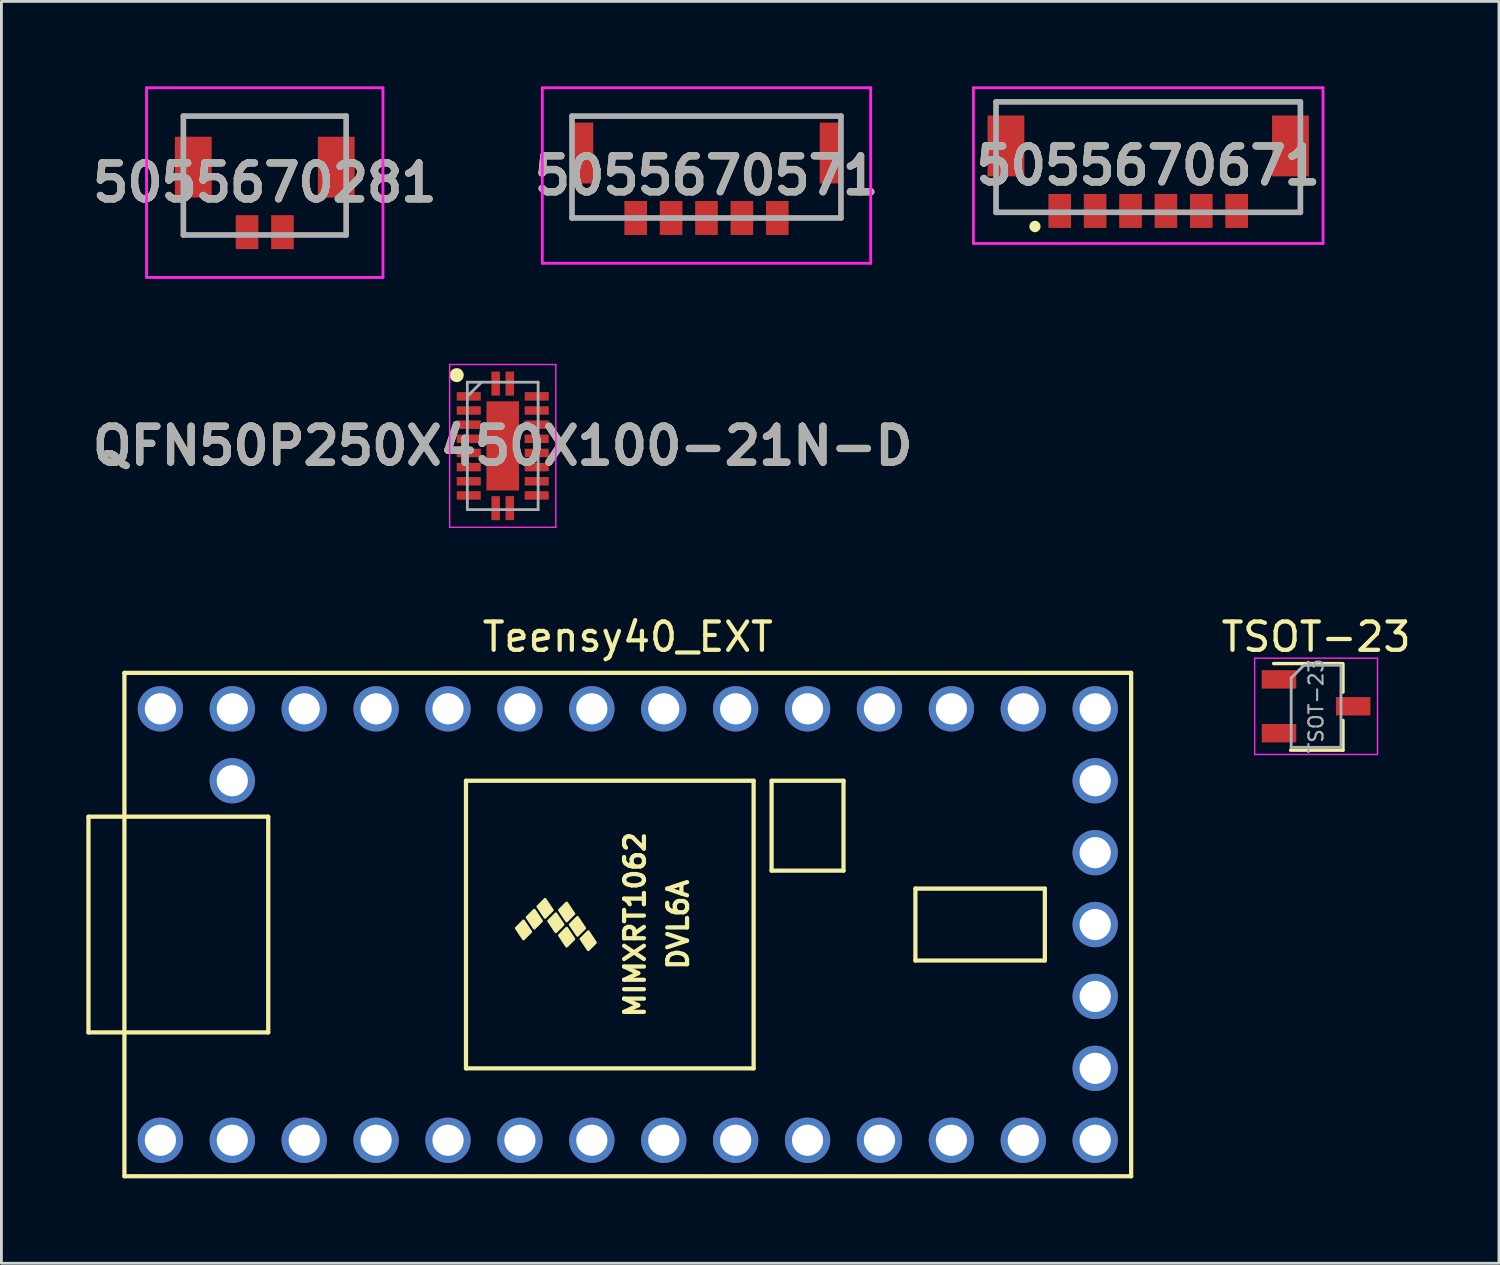
<source format=kicad_pcb>
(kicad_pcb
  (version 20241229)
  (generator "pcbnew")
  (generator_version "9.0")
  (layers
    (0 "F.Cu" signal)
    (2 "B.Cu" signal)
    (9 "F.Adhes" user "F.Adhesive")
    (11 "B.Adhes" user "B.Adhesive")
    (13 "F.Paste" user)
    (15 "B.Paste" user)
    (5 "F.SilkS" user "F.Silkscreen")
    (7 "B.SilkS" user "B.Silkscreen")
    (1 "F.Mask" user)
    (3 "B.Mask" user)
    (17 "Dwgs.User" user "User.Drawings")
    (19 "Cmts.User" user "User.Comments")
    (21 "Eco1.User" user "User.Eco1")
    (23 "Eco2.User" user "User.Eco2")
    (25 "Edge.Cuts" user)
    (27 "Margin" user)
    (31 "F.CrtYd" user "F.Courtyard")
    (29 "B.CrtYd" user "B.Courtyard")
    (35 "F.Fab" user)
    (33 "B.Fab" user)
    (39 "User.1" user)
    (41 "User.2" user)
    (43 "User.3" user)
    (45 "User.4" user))
  (footprint "Teensy40_EXT"
    (layer "F.Cu")
    (at 19.125 29.608)
    (property "Reference" "Teensy40_EXT" (at 0 -10.16 0) (layer "F.SilkS") (effects (font (size 1 1) (thickness 0.15))))
    (attr through_hole)
    (fp_line (start -19.05 -3.81) (end -17.78 -3.81) (stroke (width 0.15) (type solid)) (layer "F.SilkS"))
    (fp_line (start -19.05 3.81) (end -19.05 -3.81) (stroke (width 0.15) (type solid)) (layer "F.SilkS"))
    (fp_line (start -17.78 -8.89) (end 17.78 -8.89) (stroke (width 0.15) (type solid)) (layer "F.SilkS"))
    (fp_line (start -17.78 3.81) (end -19.05 3.81) (stroke (width 0.15) (type solid)) (layer "F.SilkS"))
    (fp_line (start -17.78 8.89) (end -17.78 -8.89) (stroke (width 0.15) (type solid)) (layer "F.SilkS"))
    (fp_line (start -12.7 -3.81) (end -17.78 -3.81) (stroke (width 0.15) (type solid)) (layer "F.SilkS"))
    (fp_line (start -12.7 3.81) (end -17.78 3.81) (stroke (width 0.15) (type solid)) (layer "F.SilkS"))
    (fp_line (start -12.7 3.81) (end -12.7 -3.81) (stroke (width 0.15) (type solid)) (layer "F.SilkS"))
    (fp_line (start -5.715 -5.08) (end -5.715 5.08) (stroke (width 0.15) (type solid)) (layer "F.SilkS"))
    (fp_line (start 4.445 -5.08) (end -5.715 -5.08) (stroke (width 0.15) (type solid)) (layer "F.SilkS"))
    (fp_line (start 4.445 5.08) (end -5.715 5.08) (stroke (width 0.15) (type solid)) (layer "F.SilkS"))
    (fp_line (start 4.445 5.08) (end 4.445 -5.08) (stroke (width 0.15) (type solid)) (layer "F.SilkS"))
    (fp_line (start 5.08 -5.08) (end 7.62 -5.08) (stroke (width 0.15) (type solid)) (layer "F.SilkS"))
    (fp_line (start 5.08 -1.905) (end 5.08 -5.08) (stroke (width 0.15) (type solid)) (layer "F.SilkS"))
    (fp_line (start 7.62 -5.08) (end 7.62 -1.905) (stroke (width 0.15) (type solid)) (layer "F.SilkS"))
    (fp_line (start 7.62 -1.905) (end 5.08 -1.905) (stroke (width 0.15) (type solid)) (layer "F.SilkS"))
    (fp_line (start 10.16 -1.27) (end 14.732 -1.27) (stroke (width 0.15) (type solid)) (layer "F.SilkS"))
    (fp_line (start 10.16 1.27) (end 10.16 -1.27) (stroke (width 0.15) (type solid)) (layer "F.SilkS"))
    (fp_line (start 14.732 -1.27) (end 14.732 1.27) (stroke (width 0.15) (type solid)) (layer "F.SilkS"))
    (fp_line (start 14.732 1.27) (end 10.16 1.27) (stroke (width 0.15) (type solid)) (layer "F.SilkS"))
    (fp_line (start 17.78 -8.89) (end 17.78 8.89) (stroke (width 0.15) (type solid)) (layer "F.SilkS"))
    (fp_line (start 17.78 8.89) (end -17.78 8.89) (stroke (width 0.15) (type solid)) (layer "F.SilkS"))
    (fp_poly (pts (xy -3.937 0.127) (xy -3.683 -0.127) (xy -3.429 0.254) (xy -3.683 0.508)) (stroke (width 0.1) (type solid)) (fill yes) (layer "F.SilkS"))
    (fp_poly (pts (xy -3.556 -0.254) (xy -3.302 -0.508) (xy -3.048 -0.127) (xy -3.302 0.127)) (stroke (width 0.1) (type solid)) (fill yes) (layer "F.SilkS"))
    (fp_poly (pts (xy -3.175 -0.635) (xy -2.921 -0.889) (xy -2.667 -0.508) (xy -2.921 -0.254)) (stroke (width 0.1) (type solid)) (fill yes) (layer "F.SilkS"))
    (fp_poly (pts (xy -2.794 -0.127) (xy -2.54 -0.381) (xy -2.286 0) (xy -2.54 0.254)) (stroke (width 0.1) (type solid)) (fill yes) (layer "F.SilkS"))
    (fp_poly (pts (xy -2.413 -0.508) (xy -2.159 -0.762) (xy -1.905 -0.381) (xy -2.159 -0.127)) (stroke (width 0.1) (type solid)) (fill yes) (layer "F.SilkS"))
    (fp_poly (pts (xy -2.413 0.381) (xy -2.159 0.127) (xy -1.905 0.508) (xy -2.159 0.762)) (stroke (width 0.1) (type solid)) (fill yes) (layer "F.SilkS"))
    (fp_poly (pts (xy -2.032 0) (xy -1.778 -0.254) (xy -1.524 0.127) (xy -1.778 0.381)) (stroke (width 0.1) (type solid)) (fill yes) (layer "F.SilkS"))
    (fp_poly (pts (xy -1.651 0.508) (xy -1.397 0.254) (xy -1.143 0.635) (xy -1.397 0.889)) (stroke (width 0.1) (type solid)) (fill yes) (layer "F.SilkS"))
    (fp_text user "MIMXRT1062" (at 0.254 0 90) (layer "F.SilkS") (effects (font (size 0.7 0.7) (thickness 0.15))))
    (fp_text user "DVL6A" (at 1.778 0 90) (layer "F.SilkS") (effects (font (size 0.7 0.7) (thickness 0.15))))
    (pad "1" thru_hole circle (at -16.51 7.62) (size 1.6 1.6) (drill 1.1) (layers "*.Cu" "*.Mask"))
    (pad "2" thru_hole circle (at -13.97 7.62) (size 1.6 1.6) (drill 1.1) (layers "*.Cu" "*.Mask"))
    (pad "3" thru_hole circle (at -11.43 7.62) (size 1.6 1.6) (drill 1.1) (layers "*.Cu" "*.Mask"))
    (pad "4" thru_hole circle (at -8.89 7.62) (size 1.6 1.6) (drill 1.1) (layers "*.Cu" "*.Mask"))
    (pad "5" thru_hole circle (at -6.35 7.62) (size 1.6 1.6) (drill 1.1) (layers "*.Cu" "*.Mask"))
    (pad "6" thru_hole circle (at -3.81 7.62) (size 1.6 1.6) (drill 1.1) (layers "*.Cu" "*.Mask"))
    (pad "7" thru_hole circle (at -1.27 7.62) (size 1.6 1.6) (drill 1.1) (layers "*.Cu" "*.Mask"))
    (pad "8" thru_hole circle (at 1.27 7.62) (size 1.6 1.6) (drill 1.1) (layers "*.Cu" "*.Mask"))
    (pad "9" thru_hole circle (at 3.81 7.62) (size 1.6 1.6) (drill 1.1) (layers "*.Cu" "*.Mask"))
    (pad "10" thru_hole circle (at 6.35 7.62) (size 1.6 1.6) (drill 1.1) (layers "*.Cu" "*.Mask"))
    (pad "11" thru_hole circle (at 8.89 7.62) (size 1.6 1.6) (drill 1.1) (layers "*.Cu" "*.Mask"))
    (pad "12" thru_hole circle (at 11.43 7.62) (size 1.6 1.6) (drill 1.1) (layers "*.Cu" "*.Mask"))
    (pad "13" thru_hole circle (at 13.97 7.62) (size 1.6 1.6) (drill 1.1) (layers "*.Cu" "*.Mask"))
    (pad "14" thru_hole circle (at 16.51 7.62) (size 1.6 1.6) (drill 1.1) (layers "*.Cu" "*.Mask"))
    (pad "15" thru_hole circle (at 16.51 5.08) (size 1.6 1.6) (drill 1.1) (layers "*.Cu" "*.Mask"))
    (pad "16" thru_hole circle (at 16.51 2.54) (size 1.6 1.6) (drill 1.1) (layers "*.Cu" "*.Mask"))
    (pad "17" thru_hole circle (at 16.51 0) (size 1.6 1.6) (drill 1.1) (layers "*.Cu" "*.Mask"))
    (pad "18" thru_hole circle (at 16.51 -2.54) (size 1.6 1.6) (drill 1.1) (layers "*.Cu" "*.Mask"))
    (pad "19" thru_hole circle (at 16.51 -5.08) (size 1.6 1.6) (drill 1.1) (layers "*.Cu" "*.Mask"))
    (pad "20" thru_hole circle (at 16.51 -7.62) (size 1.6 1.6) (drill 1.1) (layers "*.Cu" "*.Mask"))
    (pad "21" thru_hole circle (at 13.97 -7.62) (size 1.6 1.6) (drill 1.1) (layers "*.Cu" "*.Mask"))
    (pad "22" thru_hole circle (at 11.43 -7.62) (size 1.6 1.6) (drill 1.1) (layers "*.Cu" "*.Mask"))
    (pad "23" thru_hole circle (at 8.89 -7.62) (size 1.6 1.6) (drill 1.1) (layers "*.Cu" "*.Mask"))
    (pad "24" thru_hole circle (at 6.35 -7.62) (size 1.6 1.6) (drill 1.1) (layers "*.Cu" "*.Mask"))
    (pad "25" thru_hole circle (at 3.81 -7.62) (size 1.6 1.6) (drill 1.1) (layers "*.Cu" "*.Mask"))
    (pad "26" thru_hole circle (at 1.27 -7.62) (size 1.6 1.6) (drill 1.1) (layers "*.Cu" "*.Mask"))
    (pad "27" thru_hole circle (at -1.27 -7.62) (size 1.6 1.6) (drill 1.1) (layers "*.Cu" "*.Mask"))
    (pad "28" thru_hole circle (at -3.81 -7.62) (size 1.6 1.6) (drill 1.1) (layers "*.Cu" "*.Mask"))
    (pad "29" thru_hole circle (at -6.35 -7.62) (size 1.6 1.6) (drill 1.1) (layers "*.Cu" "*.Mask"))
    (pad "30" thru_hole circle (at -8.89 -7.62) (size 1.6 1.6) (drill 1.1) (layers "*.Cu" "*.Mask"))
    (pad "31" thru_hole circle (at -11.43 -7.62) (size 1.6 1.6) (drill 1.1) (layers "*.Cu" "*.Mask"))
    (pad "32" thru_hole circle (at -13.97 -7.62) (size 1.6 1.6) (drill 1.1) (layers "*.Cu" "*.Mask"))
    (pad "33" thru_hole circle (at -16.51 -7.62) (size 1.6 1.6) (drill 1.1) (layers "*.Cu" "*.Mask"))
    (pad "34" thru_hole circle (at -13.97 -5.08) (size 1.6 1.6) (drill 1.1) (layers "*.Cu" "*.Mask")))
  (footprint "5055670671"
    (layer "F.Cu")
    (at 37.508 2.8)
    (property "Reference" "5055670671" (at 0 0 0) (layer "F.SilkS") (effects (font (size 1.27 1.27) (thickness 0.254))))
    (attr smd)
    (fp_line (start -5.375 -2.25) (end 5.375 -2.25) (stroke (width 0.1) (type solid)) (layer "F.SilkS"))
    (fp_line (start -5.375 1.65) (end -5.375 0.75) (stroke (width 0.1) (type solid)) (layer "F.SilkS"))
    (fp_line (start -4 1.65) (end -5.375 1.65) (stroke (width 0.1) (type solid)) (layer "F.SilkS"))
    (fp_line (start -4 2.05) (end -4 2.05) (stroke (width 0.2) (type solid)) (layer "F.SilkS"))
    (fp_line (start -4 2.25) (end -4 2.25) (stroke (width 0.2) (type solid)) (layer "F.SilkS"))
    (fp_line (start 4 1.65) (end 5.375 1.65) (stroke (width 0.1) (type solid)) (layer "F.SilkS"))
    (fp_line (start 5.375 1.65) (end 5.375 0.75) (stroke (width 0.1) (type solid)) (layer "F.SilkS"))
    (fp_arc (start -4 2.05) (mid -3.9 2.15) (end -4 2.25) (stroke (width 0.2) (type solid)) (layer "F.SilkS"))
    (fp_arc (start -4 2.25) (mid -4.1 2.15) (end -4 2.05) (stroke (width 0.2) (type solid)) (layer "F.SilkS"))
    (fp_line (start -6.175 -2.75) (end 6.175 -2.75) (stroke (width 0.1) (type solid)) (layer "F.CrtYd"))
    (fp_line (start -6.175 2.75) (end -6.175 -2.75) (stroke (width 0.1) (type solid)) (layer "F.CrtYd"))
    (fp_line (start 6.175 -2.75) (end 6.175 2.75) (stroke (width 0.1) (type solid)) (layer "F.CrtYd"))
    (fp_line (start 6.175 2.75) (end -6.175 2.75) (stroke (width 0.1) (type solid)) (layer "F.CrtYd"))
    (fp_line (start -5.375 -2.25) (end 5.375 -2.25) (stroke (width 0.2) (type solid)) (layer "F.Fab"))
    (fp_line (start -5.375 1.65) (end -5.375 -2.25) (stroke (width 0.2) (type solid)) (layer "F.Fab"))
    (fp_line (start 5.375 -2.25) (end 5.375 1.65) (stroke (width 0.2) (type solid)) (layer "F.Fab"))
    (fp_line (start 5.375 1.65) (end -5.375 1.65) (stroke (width 0.2) (type solid)) (layer "F.Fab"))
    (fp_text user "${REFERENCE}" (at 0 0 0) (layer "F.Fab") (effects (font (size 1.27 1.27) (thickness 0.254))))
    (pad "1" smd rect (at -3.125 1.6) (size 0.8 1.2) (layers "F.Cu" "F.Mask" "F.Paste"))
    (pad "2" smd rect (at -1.875 1.6) (size 0.8 1.2) (layers "F.Cu" "F.Mask" "F.Paste"))
    (pad "3" smd rect (at -0.625 1.6) (size 0.8 1.2) (layers "F.Cu" "F.Mask" "F.Paste"))
    (pad "4" smd rect (at 0.625 1.6) (size 0.8 1.2) (layers "F.Cu" "F.Mask" "F.Paste"))
    (pad "5" smd rect (at 1.875 1.6) (size 0.8 1.2) (layers "F.Cu" "F.Mask" "F.Paste"))
    (pad "6" smd rect (at 3.125 1.6) (size 0.8 1.2) (layers "F.Cu" "F.Mask" "F.Paste"))
    (pad "MP1" smd rect (at -5.025 -0.695) (size 1.3 2.15) (layers "F.Cu" "F.Mask" "F.Paste"))
    (pad "MP2" smd rect (at 5.025 -0.695) (size 1.3 2.15) (layers "F.Cu" "F.Mask" "F.Paste")))
  (footprint "5055670281"
    (layer "F.Cu")
    (at 6.302 5.25)
    (property "Reference" "5055670281" (at 0 -1.85 0) (layer "F.SilkS") (effects (font (size 1.27 1.27) (thickness 0.254))))
    (attr smd)
    (fp_line (start -2.875 -4.2) (end 2.875 -4.2) (stroke (width 0.1) (type solid)) (layer "F.SilkS"))
    (fp_line (start -2.875 -3.9) (end -2.875 -4.2) (stroke (width 0.1) (type solid)) (layer "F.SilkS"))
    (fp_line (start -2.875 -0.9) (end -2.875 0) (stroke (width 0.1) (type solid)) (layer "F.SilkS"))
    (fp_line (start -2.875 0) (end -1.5 0) (stroke (width 0.1) (type solid)) (layer "F.SilkS"))
    (fp_line (start 1.5 0) (end 2.875 0) (stroke (width 0.1) (type solid)) (layer "F.SilkS"))
    (fp_line (start 2.875 -4.2) (end 2.875 -3.9) (stroke (width 0.1) (type solid)) (layer "F.SilkS"))
    (fp_line (start 2.875 0) (end 2.875 -0.9) (stroke (width 0.1) (type solid)) (layer "F.SilkS"))
    (fp_line (start -4.175 -5.2) (end 4.175 -5.2) (stroke (width 0.1) (type solid)) (layer "F.CrtYd"))
    (fp_line (start -4.175 1.5) (end -4.175 -5.2) (stroke (width 0.1) (type solid)) (layer "F.CrtYd"))
    (fp_line (start 4.175 -5.2) (end 4.175 1.5) (stroke (width 0.1) (type solid)) (layer "F.CrtYd"))
    (fp_line (start 4.175 1.5) (end -4.175 1.5) (stroke (width 0.1) (type solid)) (layer "F.CrtYd"))
    (fp_line (start -2.875 -4.2) (end 2.875 -4.2) (stroke (width 0.2) (type solid)) (layer "F.Fab"))
    (fp_line (start -2.875 0) (end -2.875 -4.2) (stroke (width 0.2) (type solid)) (layer "F.Fab"))
    (fp_line (start 2.875 -4.2) (end 2.875 0) (stroke (width 0.2) (type solid)) (layer "F.Fab"))
    (fp_line (start 2.875 0) (end -2.875 0) (stroke (width 0.2) (type solid)) (layer "F.Fab"))
    (fp_text user "${REFERENCE}" (at 0 -1.85 0) (layer "F.Fab") (effects (font (size 1.27 1.27) (thickness 0.254))))
    (pad "1" smd rect (at 0.625 -0.1) (size 0.8 1.2) (layers "F.Cu" "F.Mask" "F.Paste"))
    (pad "2" smd rect (at -0.625 -0.1) (size 0.8 1.2) (layers "F.Cu" "F.Mask" "F.Paste"))
    (pad "MP1" smd rect (at -2.525 -2.395) (size 1.3 2.15) (layers "F.Cu" "F.Mask" "F.Paste"))
    (pad "MP2" smd rect (at 2.525 -2.395) (size 1.3 2.15) (layers "F.Cu" "F.Mask" "F.Paste")))
  (footprint "5055670571"
    (layer "F.Cu")
    (at 21.905 2.85)
    (property "Reference" "5055670571" (at 0 0.3 0) (layer "F.SilkS") (effects (font (size 1.27 1.27) (thickness 0.254))))
    (attr smd)
    (fp_line (start -4.75 -1.8) (end 4.75 -1.8) (stroke (width 0.1) (type solid)) (layer "F.SilkS"))
    (fp_line (start -4.75 1.2) (end -4.75 1.8) (stroke (width 0.1) (type solid)) (layer "F.SilkS"))
    (fp_line (start -4.75 1.8) (end -3.5 1.8) (stroke (width 0.1) (type solid)) (layer "F.SilkS"))
    (fp_line (start 3.5 1.8) (end 4.75 1.8) (stroke (width 0.1) (type solid)) (layer "F.SilkS"))
    (fp_line (start 4.75 1.8) (end 4.75 1.2) (stroke (width 0.1) (type solid)) (layer "F.SilkS"))
    (fp_line (start -5.8 -2.8) (end 5.8 -2.8) (stroke (width 0.1) (type solid)) (layer "F.CrtYd"))
    (fp_line (start -5.8 3.4) (end -5.8 -2.8) (stroke (width 0.1) (type solid)) (layer "F.CrtYd"))
    (fp_line (start 5.8 -2.8) (end 5.8 3.4) (stroke (width 0.1) (type solid)) (layer "F.CrtYd"))
    (fp_line (start 5.8 3.4) (end -5.8 3.4) (stroke (width 0.1) (type solid)) (layer "F.CrtYd"))
    (fp_line (start -4.75 -1.8) (end 4.75 -1.8) (stroke (width 0.2) (type solid)) (layer "F.Fab"))
    (fp_line (start -4.75 1.8) (end -4.75 -1.8) (stroke (width 0.2) (type solid)) (layer "F.Fab"))
    (fp_line (start 4.75 -1.8) (end 4.75 1.8) (stroke (width 0.2) (type solid)) (layer "F.Fab"))
    (fp_line (start 4.75 1.8) (end -4.75 1.8) (stroke (width 0.2) (type solid)) (layer "F.Fab"))
    (fp_text user "${REFERENCE}" (at 0 0.3 0) (layer "F.Fab") (effects (font (size 1.27 1.27) (thickness 0.254))))
    (pad "1" smd rect (at -2.5 1.8) (size 0.8 1.2) (layers "F.Cu" "F.Mask" "F.Paste"))
    (pad "2" smd rect (at -1.25 1.8) (size 0.8 1.2) (layers "F.Cu" "F.Mask" "F.Paste"))
    (pad "3" smd rect (at 0 1.8) (size 0.8 1.2) (layers "F.Cu" "F.Mask" "F.Paste"))
    (pad "4" smd rect (at 1.25 1.8) (size 0.8 1.2) (layers "F.Cu" "F.Mask" "F.Paste"))
    (pad "5" smd rect (at 2.5 1.8) (size 0.8 1.2) (layers "F.Cu" "F.Mask" "F.Paste"))
    (pad "6" smd rect (at -4.4 -0.495) (size 0.8 2.15) (layers "F.Cu" "F.Mask" "F.Paste"))
    (pad "7" smd rect (at 4.4 -0.495) (size 0.8 2.15) (layers "F.Cu" "F.Mask" "F.Paste")))
  (footprint "QFN50P250X450X100-21N-D"
    (layer "F.Cu")
    (at 14.708 12.7)
    (property "Reference" "QFN50P250X450X100-21N-D" (at 0 0 0) (layer "F.SilkS") (effects (font (size 1.27 1.27) (thickness 0.254))))
    (attr smd)
    (fp_circle (center -1.625 -2.5) (end -1.625 -2.375) (stroke (width 0.25) (type solid)) (fill no) (layer "F.SilkS"))
    (fp_line (start -1.875 -2.875) (end 1.875 -2.875) (stroke (width 0.05) (type solid)) (layer "F.CrtYd"))
    (fp_line (start -1.875 2.875) (end -1.875 -2.875) (stroke (width 0.05) (type solid)) (layer "F.CrtYd"))
    (fp_line (start 1.875 -2.875) (end 1.875 2.875) (stroke (width 0.05) (type solid)) (layer "F.CrtYd"))
    (fp_line (start 1.875 2.875) (end -1.875 2.875) (stroke (width 0.05) (type solid)) (layer "F.CrtYd"))
    (fp_line (start -1.25 -2.25) (end 1.25 -2.25) (stroke (width 0.1) (type solid)) (layer "F.Fab"))
    (fp_line (start -1.25 -1.75) (end -0.75 -2.25) (stroke (width 0.1) (type solid)) (layer "F.Fab"))
    (fp_line (start -1.25 2.25) (end -1.25 -2.25) (stroke (width 0.1) (type solid)) (layer "F.Fab"))
    (fp_line (start 1.25 -2.25) (end 1.25 2.25) (stroke (width 0.1) (type solid)) (layer "F.Fab"))
    (fp_line (start 1.25 2.25) (end -1.25 2.25) (stroke (width 0.1) (type solid)) (layer "F.Fab"))
    (fp_text user "${REFERENCE}" (at 0 0 0) (layer "F.Fab") (effects (font (size 1.27 1.27) (thickness 0.254))))
    (pad "1" smd rect (at -0.25 -2.2) (size 0.3 0.85) (layers "F.Cu" "F.Mask" "F.Paste"))
    (pad "2" smd rect (at -1.2 -1.75 90) (size 0.3 0.85) (layers "F.Cu" "F.Mask" "F.Paste"))
    (pad "3" smd rect (at -1.2 -1.25 90) (size 0.3 0.85) (layers "F.Cu" "F.Mask" "F.Paste"))
    (pad "4" smd rect (at -1.2 -0.75 90) (size 0.3 0.85) (layers "F.Cu" "F.Mask" "F.Paste"))
    (pad "5" smd rect (at -1.2 -0.25 90) (size 0.3 0.85) (layers "F.Cu" "F.Mask" "F.Paste"))
    (pad "6" smd rect (at -1.2 0.25 90) (size 0.3 0.85) (layers "F.Cu" "F.Mask" "F.Paste"))
    (pad "7" smd rect (at -1.2 0.75 90) (size 0.3 0.85) (layers "F.Cu" "F.Mask" "F.Paste"))
    (pad "8" smd rect (at -1.2 1.25 90) (size 0.3 0.85) (layers "F.Cu" "F.Mask" "F.Paste"))
    (pad "9" smd rect (at -1.2 1.75 90) (size 0.3 0.85) (layers "F.Cu" "F.Mask" "F.Paste"))
    (pad "10" smd rect (at -0.25 2.2) (size 0.3 0.85) (layers "F.Cu" "F.Mask" "F.Paste"))
    (pad "11" smd rect (at 0.25 2.2) (size 0.3 0.85) (layers "F.Cu" "F.Mask" "F.Paste"))
    (pad "12" smd rect (at 1.2 1.75 90) (size 0.3 0.85) (layers "F.Cu" "F.Mask" "F.Paste"))
    (pad "13" smd rect (at 1.2 1.25 90) (size 0.3 0.85) (layers "F.Cu" "F.Mask" "F.Paste"))
    (pad "14" smd rect (at 1.2 0.75 90) (size 0.3 0.85) (layers "F.Cu" "F.Mask" "F.Paste"))
    (pad "15" smd rect (at 1.2 0.25 90) (size 0.3 0.85) (layers "F.Cu" "F.Mask" "F.Paste"))
    (pad "16" smd rect (at 1.2 -0.25 90) (size 0.3 0.85) (layers "F.Cu" "F.Mask" "F.Paste"))
    (pad "17" smd rect (at 1.2 -0.75 90) (size 0.3 0.85) (layers "F.Cu" "F.Mask" "F.Paste"))
    (pad "18" smd rect (at 1.2 -1.25 90) (size 0.3 0.85) (layers "F.Cu" "F.Mask" "F.Paste"))
    (pad "19" smd rect (at 1.2 -1.75 90) (size 0.3 0.85) (layers "F.Cu" "F.Mask" "F.Paste"))
    (pad "20" smd rect (at 0.25 -2.2) (size 0.3 0.85) (layers "F.Cu" "F.Mask" "F.Paste"))
    (pad "21" smd rect (at 0 0) (size 1.15 3.15) (layers "F.Cu" "F.Mask" "F.Paste")))
  (footprint "TSOT-23"
    (layer "F.Cu")
    (at 43.438 21.898)
    (property "Reference" "TSOT-23" (at 0 -2.45 0) (layer "F.SilkS") (effects (font (size 1 1) (thickness 0.15))))
    (attr smd)
    (fp_line (start 0.93 -1.51) (end -1.5 -1.51) (stroke (width 0.12) (type solid)) (layer "F.SilkS"))
    (fp_line (start 0.95 -1.5) (end 0.95 -0.5) (stroke (width 0.12) (type solid)) (layer "F.SilkS"))
    (fp_line (start 0.95 0.5) (end 0.95 1.55) (stroke (width 0.12) (type solid)) (layer "F.SilkS"))
    (fp_line (start 0.95 1.55) (end -0.9 1.55) (stroke (width 0.12) (type solid)) (layer "F.SilkS"))
    (fp_line (start -2.17 -1.7) (end -2.17 1.7) (stroke (width 0.05) (type solid)) (layer "F.CrtYd"))
    (fp_line (start -2.17 -1.7) (end 2.17 -1.7) (stroke (width 0.05) (type solid)) (layer "F.CrtYd"))
    (fp_line (start 2.17 1.7) (end -2.17 1.7) (stroke (width 0.05) (type solid)) (layer "F.CrtYd"))
    (fp_line (start 2.17 1.7) (end 2.17 -1.7) (stroke (width 0.05) (type solid)) (layer "F.CrtYd"))
    (fp_line (start -0.88 -1) (end -0.88 1.45) (stroke (width 0.1) (type solid)) (layer "F.Fab"))
    (fp_line (start -0.88 -1) (end -0.43 -1.45) (stroke (width 0.1) (type solid)) (layer "F.Fab"))
    (fp_line (start 0.88 -1.45) (end -0.43 -1.45) (stroke (width 0.1) (type solid)) (layer "F.Fab"))
    (fp_line (start 0.88 -1.45) (end 0.88 1.45) (stroke (width 0.1) (type solid)) (layer "F.Fab"))
    (fp_line (start 0.88 1.45) (end -0.88 1.45) (stroke (width 0.1) (type solid)) (layer "F.Fab"))
    (fp_text user "${REFERENCE}" (at 0 0 90) (layer "F.Fab") (effects (font (size 0.5 0.5) (thickness 0.075))))
    (pad "1" smd rect (at -1.31 -0.95) (size 1.22 0.65) (layers "F.Cu" "F.Mask" "F.Paste"))
    (pad "2" smd rect (at -1.31 0.95) (size 1.22 0.65) (layers "F.Cu" "F.Mask" "F.Paste"))
    (pad "3" smd rect (at 1.31 0) (size 1.22 0.65) (layers "F.Cu" "F.Mask" "F.Paste")))
  (gr_rect
    (start -3 -3)
    (end 49.897 41.573)
    (stroke (width 0.1) (type default))
    (fill no)
    (layer "Edge.Cuts")))
</source>
